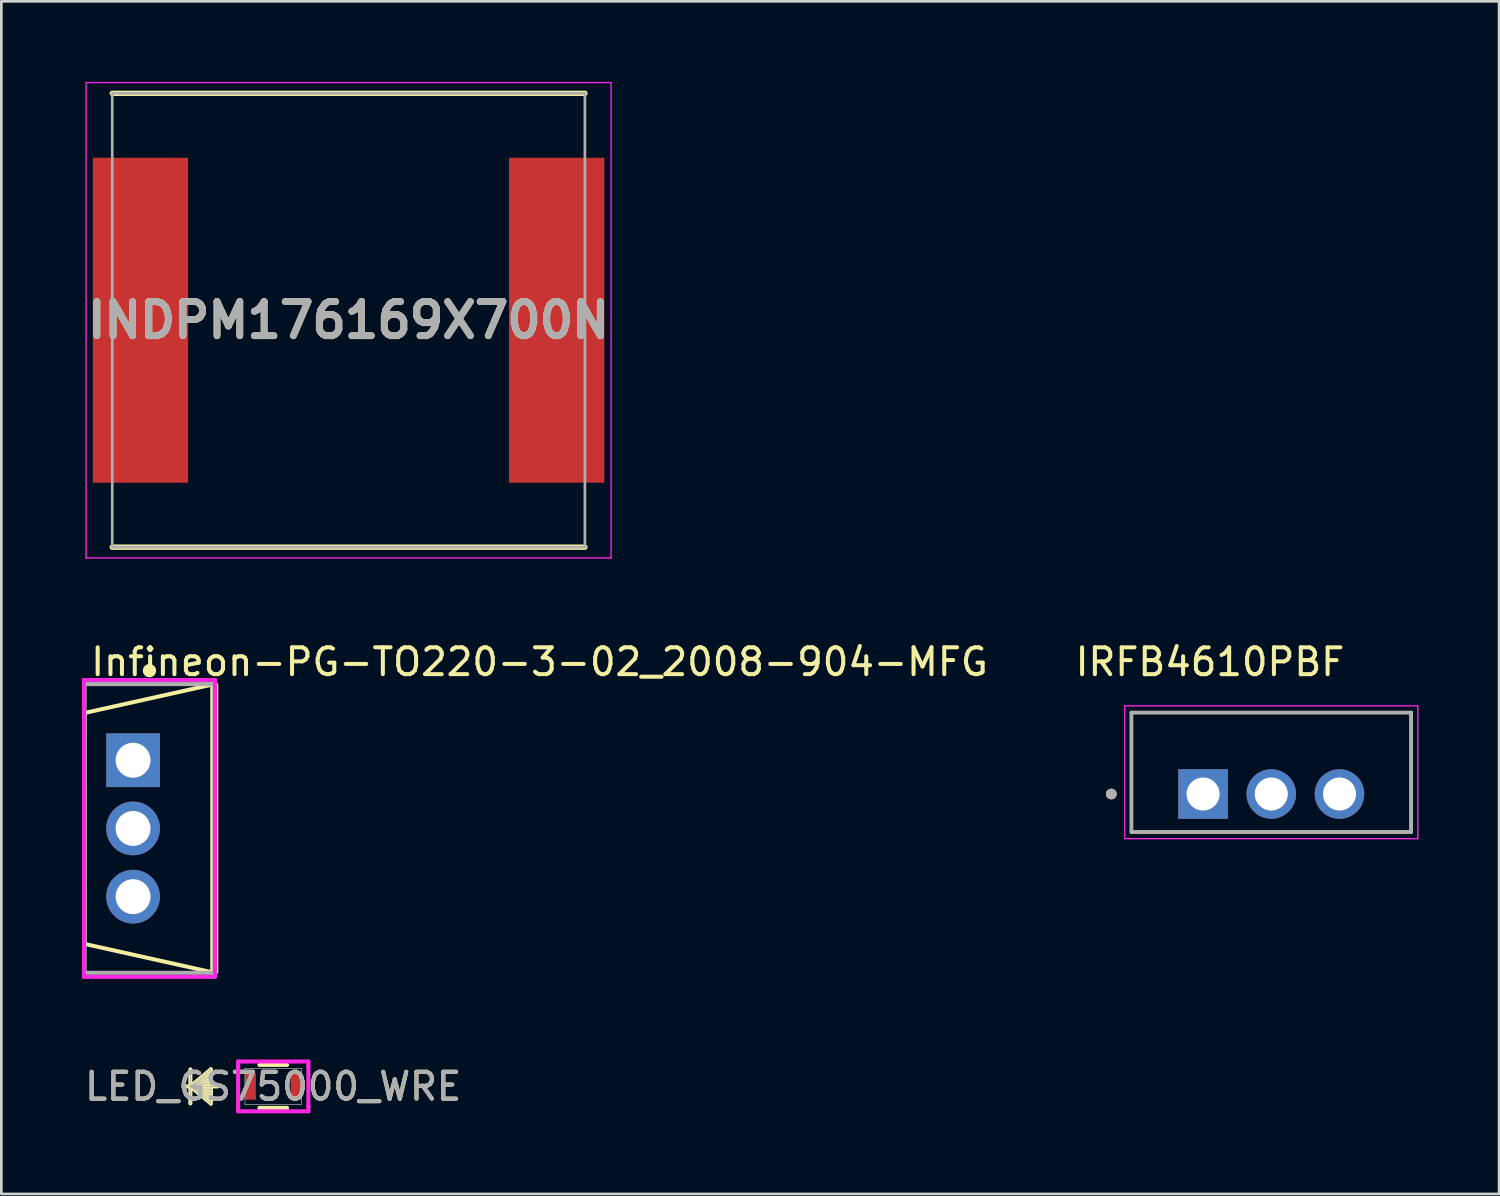
<source format=kicad_pcb>
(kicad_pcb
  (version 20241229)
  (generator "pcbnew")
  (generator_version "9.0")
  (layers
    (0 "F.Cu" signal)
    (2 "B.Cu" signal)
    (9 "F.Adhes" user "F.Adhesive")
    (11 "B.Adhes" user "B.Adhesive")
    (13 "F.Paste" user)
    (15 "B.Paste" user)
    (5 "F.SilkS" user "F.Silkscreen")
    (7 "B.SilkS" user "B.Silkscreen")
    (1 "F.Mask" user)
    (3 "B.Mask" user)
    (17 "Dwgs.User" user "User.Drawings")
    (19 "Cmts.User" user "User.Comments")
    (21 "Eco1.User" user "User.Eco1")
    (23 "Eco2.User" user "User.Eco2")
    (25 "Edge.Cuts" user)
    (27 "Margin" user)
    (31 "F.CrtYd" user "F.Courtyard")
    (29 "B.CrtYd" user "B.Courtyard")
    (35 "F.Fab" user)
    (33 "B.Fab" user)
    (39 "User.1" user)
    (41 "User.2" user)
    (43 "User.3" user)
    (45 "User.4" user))
  (footprint "INDPM176169X700N"
    (layer "F.Cu")
    (at 9.93 8.875)
    (property "Reference" "INDPM176169X700N" (at 0 0 0) (layer "F.SilkS") (effects (font (size 1.27 1.27) (thickness 0.254))))
    (attr smd)
    (fp_line (start -8.8 8.45) (end 8.8 8.45) (stroke (width 0.2) (type solid)) (layer "F.SilkS"))
    (fp_line (start 8.8 -8.45) (end -8.8 -8.45) (stroke (width 0.2) (type solid)) (layer "F.SilkS"))
    (fp_line (start -9.775 -8.85) (end 9.775 -8.85) (stroke (width 0.05) (type solid)) (layer "F.CrtYd"))
    (fp_line (start -9.775 8.85) (end -9.775 -8.85) (stroke (width 0.05) (type solid)) (layer "F.CrtYd"))
    (fp_line (start 9.775 -8.85) (end 9.775 8.85) (stroke (width 0.05) (type solid)) (layer "F.CrtYd"))
    (fp_line (start 9.775 8.85) (end -9.775 8.85) (stroke (width 0.05) (type solid)) (layer "F.CrtYd"))
    (fp_line (start -8.8 -8.45) (end 8.8 -8.45) (stroke (width 0.1) (type solid)) (layer "F.Fab"))
    (fp_line (start -8.8 8.45) (end -8.8 -8.45) (stroke (width 0.1) (type solid)) (layer "F.Fab"))
    (fp_line (start 8.8 -8.45) (end 8.8 8.45) (stroke (width 0.1) (type solid)) (layer "F.Fab"))
    (fp_line (start 8.8 8.45) (end -8.8 8.45) (stroke (width 0.1) (type solid)) (layer "F.Fab"))
    (fp_text user "${REFERENCE}" (at 0 0 0) (layer "F.Fab") (effects (font (size 1.27 1.27) (thickness 0.254))))
    (pad "1" smd rect (at -7.75 0) (size 3.55 12.1) (layers "F.Cu" "F.Mask" "F.Paste"))
    (pad "2" smd rect (at 7.75 0) (size 3.55 12.1) (layers "F.Cu" "F.Mask" "F.Paste")))
  (footprint "IRFB4610PBF"
    (layer "F.Cu")
    (at 44.288 25.706)
    (property "Reference" "IRFB4610PBF" (at -2.283 -4.107 0) (layer "F.SilkS") (effects (font (size 1 1) (thickness 0.15))))
    (attr through_hole)
    (fp_line (start -5.207 -2.223) (end 5.207 -2.223) (stroke (width 0.127) (type solid)) (layer "F.SilkS"))
    (fp_line (start -5.207 2.223) (end -5.207 -2.223) (stroke (width 0.127) (type solid)) (layer "F.SilkS"))
    (fp_line (start 5.207 -2.223) (end 5.207 2.223) (stroke (width 0.127) (type solid)) (layer "F.SilkS"))
    (fp_line (start 5.207 2.223) (end -5.207 2.223) (stroke (width 0.127) (type solid)) (layer "F.SilkS"))
    (fp_circle (center -5.957 0.81) (end -5.857 0.81) (stroke (width 0.2) (type solid)) (fill no) (layer "F.SilkS"))
    (fp_line (start -5.457 -2.473) (end -5.457 2.473) (stroke (width 0.05) (type solid)) (layer "F.CrtYd"))
    (fp_line (start -5.457 2.473) (end 5.457 2.473) (stroke (width 0.05) (type solid)) (layer "F.CrtYd"))
    (fp_line (start 5.457 -2.473) (end -5.457 -2.473) (stroke (width 0.05) (type solid)) (layer "F.CrtYd"))
    (fp_line (start 5.457 2.473) (end 5.457 -2.473) (stroke (width 0.05) (type solid)) (layer "F.CrtYd"))
    (fp_line (start -5.207 -2.223) (end 5.207 -2.223) (stroke (width 0.127) (type solid)) (layer "F.Fab"))
    (fp_line (start -5.207 2.223) (end -5.207 -2.223) (stroke (width 0.127) (type solid)) (layer "F.Fab"))
    (fp_line (start 5.207 -2.223) (end 5.207 2.223) (stroke (width 0.127) (type solid)) (layer "F.Fab"))
    (fp_line (start 5.207 2.223) (end -5.207 2.223) (stroke (width 0.127) (type solid)) (layer "F.Fab"))
    (fp_circle (center -5.957 0.81) (end -5.857 0.81) (stroke (width 0.2) (type solid)) (fill no) (layer "F.Fab"))
    (pad "1" thru_hole rect (at -2.54 0.81) (size 1.845 1.845) (drill 1.23) (layers "*.Cu" "*.Mask"))
    (pad "2" thru_hole circle (at 0 0.81) (size 1.845 1.845) (drill 1.23) (layers "*.Cu" "*.Mask"))
    (pad "3" thru_hole circle (at 2.54 0.81) (size 1.845 1.845) (drill 1.23) (layers "*.Cu" "*.Mask")))
  (footprint "Infineon-PG-TO220-3-02_2008-904-MFG"
    (layer "F.Cu")
    (at 2.515 27.798)
    (property "Reference" "Infineon-PG-TO220-3-02_2008-904-MFG" (at -2.265 -6.2 0) (layer "F.SilkS") (effects (font (size 1 1) (thickness 0.15)) (justify left)))
    (attr through_hole)
    (fp_line (start -2.415 -4.3) (end -2.415 4.3) (stroke (width 0.15) (type solid)) (layer "F.SilkS"))
    (fp_line (start -2.415 4.3) (end 2.415 5.375) (stroke (width 0.15) (type solid)) (layer "F.SilkS"))
    (fp_line (start 2.415 -5.375) (end -2.415 -4.3) (stroke (width 0.15) (type solid)) (layer "F.SilkS"))
    (fp_line (start 2.415 5.325) (end 2.415 -5.325) (stroke (width 0.3) (type solid)) (layer "F.SilkS"))
    (fp_circle (center 0 -5.875) (end 0.125 -5.875) (stroke (width 0.25) (type solid)) (fill no) (layer "F.SilkS"))
    (fp_line (start -2.44 -5.527) (end -2.44 5.527) (stroke (width 0.15) (type solid)) (layer "F.CrtYd"))
    (fp_line (start -2.44 5.527) (end 2.44 5.527) (stroke (width 0.15) (type solid)) (layer "F.CrtYd"))
    (fp_line (start 2.44 -5.527) (end -2.44 -5.527) (stroke (width 0.15) (type solid)) (layer "F.CrtYd"))
    (fp_line (start 2.44 -5.527) (end 2.44 -5.527) (stroke (width 0.15) (type solid)) (layer "F.CrtYd"))
    (fp_line (start 2.44 5.527) (end 2.44 -5.527) (stroke (width 0.15) (type solid)) (layer "F.CrtYd"))
    (fp_line (start -2.415 -5.375) (end 2.415 -5.375) (stroke (width 0.15) (type solid)) (layer "F.Fab"))
    (fp_line (start -2.415 5.375) (end -2.415 -5.375) (stroke (width 0.15) (type solid)) (layer "F.Fab"))
    (fp_line (start 2.415 -5.375) (end 2.415 5.375) (stroke (width 0.15) (type solid)) (layer "F.Fab"))
    (fp_line (start 2.415 5.375) (end -2.415 5.375) (stroke (width 0.15) (type solid)) (layer "F.Fab"))
    (pad "1" thru_hole rect (at -0.61 -2.54) (size 2 2) (drill 1.3) (layers "*.Cu"))
    (pad "2" thru_hole circle (at -0.61 0) (size 2 2) (drill 1.3) (layers "*.Cu"))
    (pad "3" thru_hole circle (at -0.61 2.54) (size 2 2) (drill 1.3) (layers "*.Cu")))
  (footprint "LED_GS75000_WRE"
    (layer "F.Cu")
    (at 7.125 37.404)
    (property "Reference" "LED_GS75000_WRE" (at 0 0 0) (unlocked yes) (layer "F.SilkS") (effects (font (size 1 1) (thickness 0.15))))
    (attr smd)
    (fp_line (start -3.086 -0.635) (end -3.086 0.635) (stroke (width 0.152) (type solid)) (layer "F.SilkS"))
    (fp_line (start -3.086 0) (end -2.324 -0.635) (stroke (width 0.152) (type solid)) (layer "F.SilkS"))
    (fp_line (start -3.086 0) (end -2.324 -0.508) (stroke (width 0.152) (type solid)) (layer "F.SilkS"))
    (fp_line (start -3.086 0) (end -2.324 -0.381) (stroke (width 0.152) (type solid)) (layer "F.SilkS"))
    (fp_line (start -3.086 0) (end -2.324 -0.254) (stroke (width 0.152) (type solid)) (layer "F.SilkS"))
    (fp_line (start -3.086 0) (end -2.324 -0.127) (stroke (width 0.152) (type solid)) (layer "F.SilkS"))
    (fp_line (start -3.086 0) (end -2.324 0.127) (stroke (width 0.152) (type solid)) (layer "F.SilkS"))
    (fp_line (start -3.086 0) (end -2.324 0.254) (stroke (width 0.152) (type solid)) (layer "F.SilkS"))
    (fp_line (start -3.086 0) (end -2.324 0.381) (stroke (width 0.152) (type solid)) (layer "F.SilkS"))
    (fp_line (start -3.086 0) (end -2.324 0.508) (stroke (width 0.152) (type solid)) (layer "F.SilkS"))
    (fp_line (start -3.086 0) (end -2.324 0.635) (stroke (width 0.152) (type solid)) (layer "F.SilkS"))
    (fp_line (start -2.324 -0.635) (end -2.324 0.635) (stroke (width 0.152) (type solid)) (layer "F.SilkS"))
    (fp_line (start -2.07 0) (end -3.34 0) (stroke (width 0.152) (type solid)) (layer "F.SilkS"))
    (fp_line (start -0.514 0.8) (end 0.514 0.8) (stroke (width 0.152) (type solid)) (layer "F.SilkS"))
    (fp_line (start 0.514 -0.8) (end -0.514 -0.8) (stroke (width 0.152) (type solid)) (layer "F.SilkS"))
    (fp_line (start -1.308 -0.927) (end 1.308 -0.927) (stroke (width 0.152) (type solid)) (layer "F.CrtYd"))
    (fp_line (start -1.308 -0.749) (end -1.308 -0.927) (stroke (width 0.152) (type solid)) (layer "F.CrtYd"))
    (fp_line (start -1.308 -0.749) (end -1.308 -0.749) (stroke (width 0.152) (type solid)) (layer "F.CrtYd"))
    (fp_line (start -1.308 0.749) (end -1.308 -0.749) (stroke (width 0.152) (type solid)) (layer "F.CrtYd"))
    (fp_line (start -1.308 0.749) (end -1.308 0.749) (stroke (width 0.152) (type solid)) (layer "F.CrtYd"))
    (fp_line (start -1.308 0.927) (end -1.308 0.749) (stroke (width 0.152) (type solid)) (layer "F.CrtYd"))
    (fp_line (start 1.308 -0.927) (end 1.308 -0.749) (stroke (width 0.152) (type solid)) (layer "F.CrtYd"))
    (fp_line (start 1.308 -0.749) (end 1.308 -0.749) (stroke (width 0.152) (type solid)) (layer "F.CrtYd"))
    (fp_line (start 1.308 -0.749) (end 1.308 0.749) (stroke (width 0.152) (type solid)) (layer "F.CrtYd"))
    (fp_line (start 1.308 0.749) (end 1.308 0.749) (stroke (width 0.152) (type solid)) (layer "F.CrtYd"))
    (fp_line (start 1.308 0.749) (end 1.308 0.927) (stroke (width 0.152) (type solid)) (layer "F.CrtYd"))
    (fp_line (start 1.308 0.927) (end -1.308 0.927) (stroke (width 0.152) (type solid)) (layer "F.CrtYd"))
    (fp_line (start -3.086 -0.635) (end -3.086 0.635) (stroke (width 0.025) (type solid)) (layer "F.Fab"))
    (fp_line (start -3.086 0) (end -2.324 -0.635) (stroke (width 0.025) (type solid)) (layer "F.Fab"))
    (fp_line (start -3.086 0) (end -2.324 -0.508) (stroke (width 0.025) (type solid)) (layer "F.Fab"))
    (fp_line (start -3.086 0) (end -2.324 -0.381) (stroke (width 0.025) (type solid)) (layer "F.Fab"))
    (fp_line (start -3.086 0) (end -2.324 -0.254) (stroke (width 0.025) (type solid)) (layer "F.Fab"))
    (fp_line (start -3.086 0) (end -2.324 -0.127) (stroke (width 0.025) (type solid)) (layer "F.Fab"))
    (fp_line (start -3.086 0) (end -2.324 0.127) (stroke (width 0.025) (type solid)) (layer "F.Fab"))
    (fp_line (start -3.086 0) (end -2.324 0.254) (stroke (width 0.025) (type solid)) (layer "F.Fab"))
    (fp_line (start -3.086 0) (end -2.324 0.381) (stroke (width 0.025) (type solid)) (layer "F.Fab"))
    (fp_line (start -3.086 0) (end -2.324 0.508) (stroke (width 0.025) (type solid)) (layer "F.Fab"))
    (fp_line (start -3.086 0) (end -2.324 0.635) (stroke (width 0.025) (type solid)) (layer "F.Fab"))
    (fp_line (start -2.324 -0.635) (end -2.324 0.635) (stroke (width 0.025) (type solid)) (layer "F.Fab"))
    (fp_line (start -2.07 0) (end -3.34 0) (stroke (width 0.025) (type solid)) (layer "F.Fab"))
    (fp_line (start -1.054 -0.673) (end -1.054 0.673) (stroke (width 0.025) (type solid)) (layer "F.Fab"))
    (fp_line (start -1.054 0.673) (end 1.054 0.673) (stroke (width 0.025) (type solid)) (layer "F.Fab"))
    (fp_line (start 1.054 -0.673) (end -1.054 -0.673) (stroke (width 0.025) (type solid)) (layer "F.Fab"))
    (fp_line (start 1.054 0.673) (end 1.054 -0.673) (stroke (width 0.025) (type solid)) (layer "F.Fab"))
    (fp_text user "${REFERENCE}" (at 0 0 0) (unlocked yes) (layer "F.Fab") (effects (font (size 1 1) (thickness 0.15))))
    (pad "1" smd rect (at -0.851 0) (size 0.406 0.991) (layers "F.Cu" "F.Mask" "F.Paste"))
    (pad "2" smd rect (at 0.851 0) (size 0.406 0.991) (layers "F.Cu" "F.Mask" "F.Paste"))
    (zone (net_name "") (layer "F.Cu") (hatch full 0.508) (connect_pads) (min_thickness 0.254) (filled_areas_thickness no) (keepout (tracks not_allowed) (vias not_allowed) (pads allowed) (copperpour not_allowed) (footprints allowed)) (placement (enabled no)) (fill) (polygon (pts (xy 6.528 36.781) (xy 7.722 36.781) (xy 7.722 38.026) (xy 6.528 38.026)))))
  (gr_rect
    (start -3 -3)
    (end 52.771 41.407)
    (stroke (width 0.1) (type default))
    (fill no)
    (layer "Edge.Cuts")))
</source>
